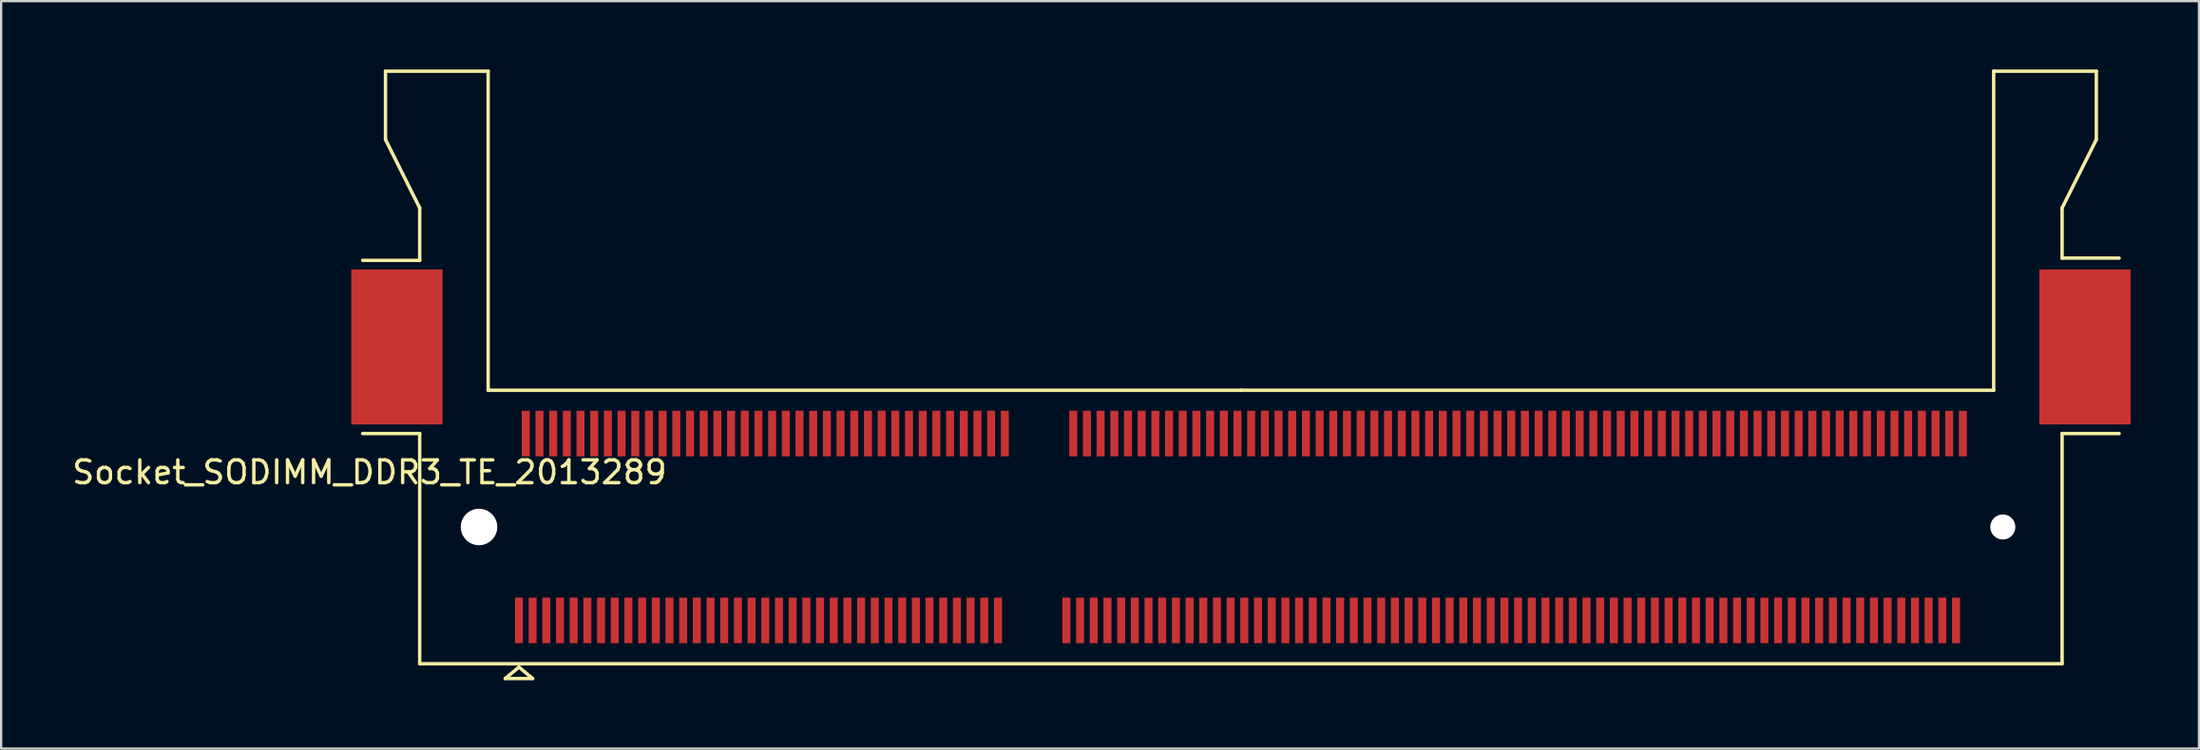
<source format=kicad_pcb>
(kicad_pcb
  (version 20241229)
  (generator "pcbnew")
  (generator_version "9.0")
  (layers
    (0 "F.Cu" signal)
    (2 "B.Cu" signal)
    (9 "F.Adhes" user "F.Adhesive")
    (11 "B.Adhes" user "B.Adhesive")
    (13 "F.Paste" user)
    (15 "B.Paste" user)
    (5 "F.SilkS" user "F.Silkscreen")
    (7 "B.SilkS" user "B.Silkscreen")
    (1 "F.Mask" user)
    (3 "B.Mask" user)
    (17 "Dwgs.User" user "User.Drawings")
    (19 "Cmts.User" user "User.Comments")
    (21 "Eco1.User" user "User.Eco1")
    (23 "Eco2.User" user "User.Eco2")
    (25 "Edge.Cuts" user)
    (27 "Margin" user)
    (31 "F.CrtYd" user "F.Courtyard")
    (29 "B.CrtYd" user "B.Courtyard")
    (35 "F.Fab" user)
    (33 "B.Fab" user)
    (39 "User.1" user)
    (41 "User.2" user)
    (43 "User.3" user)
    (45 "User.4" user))
  (footprint "Socket_SODIMM_DDR3_TE_2013289"
    (layer "F.Cu")
    (at 51.349 20.075)
    (property "Reference" "Socket_SODIMM_DDR3_TE_2013289" (at -38.2 -2.4 0) (layer "F.SilkS") (effects (font (size 1 1) (thickness 0.15))))
    (attr smd)
    (fp_line (start -37.5 -20) (end -37.5 -17) (stroke (width 0.15) (type solid)) (layer "F.SilkS"))
    (fp_line (start -37.5 -17) (end -36 -14) (stroke (width 0.15) (type solid)) (layer "F.SilkS"))
    (fp_line (start -36 -14) (end -36 -11.7) (stroke (width 0.15) (type solid)) (layer "F.SilkS"))
    (fp_line (start -36 -11.7) (end -38.5 -11.7) (stroke (width 0.15) (type solid)) (layer "F.SilkS"))
    (fp_line (start -36 -4.1) (end -38.5 -4.1) (stroke (width 0.15) (type solid)) (layer "F.SilkS"))
    (fp_line (start -36 -4.1) (end -36 6) (stroke (width 0.15) (type solid)) (layer "F.SilkS"))
    (fp_line (start -36 6) (end 36 6) (stroke (width 0.15) (type solid)) (layer "F.SilkS"))
    (fp_line (start -33 -20) (end -37.5 -20) (stroke (width 0.15) (type solid)) (layer "F.SilkS"))
    (fp_line (start -33 -6) (end -33 -20) (stroke (width 0.15) (type solid)) (layer "F.SilkS"))
    (fp_line (start -32.25 6.65) (end -31.65 6.15) (stroke (width 0.15) (type solid)) (layer "F.SilkS"))
    (fp_line (start -31.65 6.15) (end -31.05 6.65) (stroke (width 0.15) (type solid)) (layer "F.SilkS"))
    (fp_line (start -31.05 6.65) (end -32.25 6.65) (stroke (width 0.15) (type solid)) (layer "F.SilkS"))
    (fp_line (start 0 -6) (end -33 -6) (stroke (width 0.15) (type solid)) (layer "F.SilkS"))
    (fp_line (start 33 -20) (end 33 -6) (stroke (width 0.15) (type solid)) (layer "F.SilkS"))
    (fp_line (start 33 -6) (end 0 -6) (stroke (width 0.15) (type solid)) (layer "F.SilkS"))
    (fp_line (start 36 -14) (end 36 -11.8) (stroke (width 0.15) (type solid)) (layer "F.SilkS"))
    (fp_line (start 36 -14) (end 37.5 -17) (stroke (width 0.15) (type solid)) (layer "F.SilkS"))
    (fp_line (start 36 -11.8) (end 38.5 -11.8) (stroke (width 0.15) (type solid)) (layer "F.SilkS"))
    (fp_line (start 36 -4.1) (end 38.5 -4.1) (stroke (width 0.15) (type solid)) (layer "F.SilkS"))
    (fp_line (start 36 6) (end 36 -4.1) (stroke (width 0.15) (type solid)) (layer "F.SilkS"))
    (fp_line (start 37.5 -20) (end 33 -20) (stroke (width 0.15) (type solid)) (layer "F.SilkS"))
    (fp_line (start 37.5 -17) (end 37.5 -20) (stroke (width 0.15) (type solid)) (layer "F.SilkS"))
    (pad "" smd rect (at -37 -7.9) (size 4 6.8) (layers "F.Cu" "F.Mask" "F.Paste"))
    (pad "" np_thru_hole circle (at -33.4 0) (size 1.6 1.6) (drill 1.6) (layers "*.Cu" "*.Mask"))
    (pad "" np_thru_hole circle (at 33.4 0) (size 1.1 1.1) (drill 1.1) (layers "*.Cu" "*.Mask"))
    (pad "" smd rect (at 37 -7.9) (size 4 6.8) (layers "F.Cu" "F.Mask" "F.Paste"))
    (pad "1" smd rect (at -31.65 4.1) (size 0.35 2) (layers "F.Cu" "F.Mask" "F.Paste"))
    (pad "2" smd rect (at -31.35 -4.1) (size 0.35 2) (layers "F.Cu" "F.Mask" "F.Paste"))
    (pad "3" smd rect (at -31.05 4.1) (size 0.35 2) (layers "F.Cu" "F.Mask" "F.Paste"))
    (pad "4" smd rect (at -30.75 -4.1) (size 0.35 2) (layers "F.Cu" "F.Mask" "F.Paste"))
    (pad "5" smd rect (at -30.45 4.1) (size 0.35 2) (layers "F.Cu" "F.Mask" "F.Paste"))
    (pad "6" smd rect (at -30.15 -4.1) (size 0.35 2) (layers "F.Cu" "F.Mask" "F.Paste"))
    (pad "7" smd rect (at -29.85 4.1) (size 0.35 2) (layers "F.Cu" "F.Mask" "F.Paste"))
    (pad "8" smd rect (at -29.55 -4.1) (size 0.35 2) (layers "F.Cu" "F.Mask" "F.Paste"))
    (pad "9" smd rect (at -29.25 4.1) (size 0.35 2) (layers "F.Cu" "F.Mask" "F.Paste"))
    (pad "10" smd rect (at -28.95 -4.1) (size 0.35 2) (layers "F.Cu" "F.Mask" "F.Paste"))
    (pad "11" smd rect (at -28.65 4.1) (size 0.35 2) (layers "F.Cu" "F.Mask" "F.Paste"))
    (pad "12" smd rect (at -28.35 -4.1) (size 0.35 2) (layers "F.Cu" "F.Mask" "F.Paste"))
    (pad "13" smd rect (at -28.05 4.1) (size 0.35 2) (layers "F.Cu" "F.Mask" "F.Paste"))
    (pad "14" smd rect (at -27.75 -4.1) (size 0.35 2) (layers "F.Cu" "F.Mask" "F.Paste"))
    (pad "15" smd rect (at -27.45 4.1) (size 0.35 2) (layers "F.Cu" "F.Mask" "F.Paste"))
    (pad "16" smd rect (at -27.15 -4.1) (size 0.35 2) (layers "F.Cu" "F.Mask" "F.Paste"))
    (pad "17" smd rect (at -26.85 4.1) (size 0.35 2) (layers "F.Cu" "F.Mask" "F.Paste"))
    (pad "18" smd rect (at -26.55 -4.1) (size 0.35 2) (layers "F.Cu" "F.Mask" "F.Paste"))
    (pad "19" smd rect (at -26.25 4.1) (size 0.35 2) (layers "F.Cu" "F.Mask" "F.Paste"))
    (pad "20" smd rect (at -25.95 -4.1) (size 0.35 2) (layers "F.Cu" "F.Mask" "F.Paste"))
    (pad "21" smd rect (at -25.65 4.1) (size 0.35 2) (layers "F.Cu" "F.Mask" "F.Paste"))
    (pad "22" smd rect (at -25.35 -4.1) (size 0.35 2) (layers "F.Cu" "F.Mask" "F.Paste"))
    (pad "23" smd rect (at -25.05 4.1) (size 0.35 2) (layers "F.Cu" "F.Mask" "F.Paste"))
    (pad "24" smd rect (at -24.75 -4.1) (size 0.35 2) (layers "F.Cu" "F.Mask" "F.Paste"))
    (pad "25" smd rect (at -24.45 4.1) (size 0.35 2) (layers "F.Cu" "F.Mask" "F.Paste"))
    (pad "26" smd rect (at -24.15 -4.1) (size 0.35 2) (layers "F.Cu" "F.Mask" "F.Paste"))
    (pad "27" smd rect (at -23.85 4.1) (size 0.35 2) (layers "F.Cu" "F.Mask" "F.Paste"))
    (pad "28" smd rect (at -23.55 -4.1) (size 0.35 2) (layers "F.Cu" "F.Mask" "F.Paste"))
    (pad "29" smd rect (at -23.25 4.1) (size 0.35 2) (layers "F.Cu" "F.Mask" "F.Paste"))
    (pad "30" smd rect (at -22.95 -4.1) (size 0.35 2) (layers "F.Cu" "F.Mask" "F.Paste"))
    (pad "31" smd rect (at -22.65 4.1) (size 0.35 2) (layers "F.Cu" "F.Mask" "F.Paste"))
    (pad "32" smd rect (at -22.35 -4.1) (size 0.35 2) (layers "F.Cu" "F.Mask" "F.Paste"))
    (pad "33" smd rect (at -22.05 4.1) (size 0.35 2) (layers "F.Cu" "F.Mask" "F.Paste"))
    (pad "34" smd rect (at -21.75 -4.1) (size 0.35 2) (layers "F.Cu" "F.Mask" "F.Paste"))
    (pad "35" smd rect (at -21.45 4.1) (size 0.35 2) (layers "F.Cu" "F.Mask" "F.Paste"))
    (pad "36" smd rect (at -21.15 -4.1) (size 0.35 2) (layers "F.Cu" "F.Mask" "F.Paste"))
    (pad "37" smd rect (at -20.85 4.1) (size 0.35 2) (layers "F.Cu" "F.Mask" "F.Paste"))
    (pad "38" smd rect (at -20.55 -4.1) (size 0.35 2) (layers "F.Cu" "F.Mask" "F.Paste"))
    (pad "39" smd rect (at -20.25 4.1) (size 0.35 2) (layers "F.Cu" "F.Mask" "F.Paste"))
    (pad "40" smd rect (at -19.95 -4.1) (size 0.35 2) (layers "F.Cu" "F.Mask" "F.Paste"))
    (pad "41" smd rect (at -19.65 4.1) (size 0.35 2) (layers "F.Cu" "F.Mask" "F.Paste"))
    (pad "42" smd rect (at -19.35 -4.1) (size 0.35 2) (layers "F.Cu" "F.Mask" "F.Paste"))
    (pad "43" smd rect (at -19.05 4.1) (size 0.35 2) (layers "F.Cu" "F.Mask" "F.Paste"))
    (pad "44" smd rect (at -18.75 -4.1) (size 0.35 2) (layers "F.Cu" "F.Mask" "F.Paste"))
    (pad "45" smd rect (at -18.45 4.1) (size 0.35 2) (layers "F.Cu" "F.Mask" "F.Paste"))
    (pad "46" smd rect (at -18.15 -4.1) (size 0.35 2) (layers "F.Cu" "F.Mask" "F.Paste"))
    (pad "47" smd rect (at -17.85 4.1) (size 0.35 2) (layers "F.Cu" "F.Mask" "F.Paste"))
    (pad "48" smd rect (at -17.55 -4.1) (size 0.35 2) (layers "F.Cu" "F.Mask" "F.Paste"))
    (pad "49" smd rect (at -17.25 4.1) (size 0.35 2) (layers "F.Cu" "F.Mask" "F.Paste"))
    (pad "50" smd rect (at -16.95 -4.1) (size 0.35 2) (layers "F.Cu" "F.Mask" "F.Paste"))
    (pad "51" smd rect (at -16.65 4.1) (size 0.35 2) (layers "F.Cu" "F.Mask" "F.Paste"))
    (pad "52" smd rect (at -16.35 -4.1) (size 0.35 2) (layers "F.Cu" "F.Mask" "F.Paste"))
    (pad "53" smd rect (at -16.05 4.1) (size 0.35 2) (layers "F.Cu" "F.Mask" "F.Paste"))
    (pad "54" smd rect (at -15.75 -4.1) (size 0.35 2) (layers "F.Cu" "F.Mask" "F.Paste"))
    (pad "55" smd rect (at -15.45 4.1) (size 0.35 2) (layers "F.Cu" "F.Mask" "F.Paste"))
    (pad "56" smd rect (at -15.15 -4.1) (size 0.35 2) (layers "F.Cu" "F.Mask" "F.Paste"))
    (pad "57" smd rect (at -14.85 4.1) (size 0.35 2) (layers "F.Cu" "F.Mask" "F.Paste"))
    (pad "58" smd rect (at -14.55 -4.1) (size 0.35 2) (layers "F.Cu" "F.Mask" "F.Paste"))
    (pad "59" smd rect (at -14.25 4.1) (size 0.35 2) (layers "F.Cu" "F.Mask" "F.Paste"))
    (pad "60" smd rect (at -13.95 -4.1) (size 0.35 2) (layers "F.Cu" "F.Mask" "F.Paste"))
    (pad "61" smd rect (at -13.65 4.1) (size 0.35 2) (layers "F.Cu" "F.Mask" "F.Paste"))
    (pad "62" smd rect (at -13.35 -4.1) (size 0.35 2) (layers "F.Cu" "F.Mask" "F.Paste"))
    (pad "63" smd rect (at -13.05 4.1) (size 0.35 2) (layers "F.Cu" "F.Mask" "F.Paste"))
    (pad "64" smd rect (at -12.75 -4.1) (size 0.35 2) (layers "F.Cu" "F.Mask" "F.Paste"))
    (pad "65" smd rect (at -12.45 4.1) (size 0.35 2) (layers "F.Cu" "F.Mask" "F.Paste"))
    (pad "66" smd rect (at -12.15 -4.1) (size 0.35 2) (layers "F.Cu" "F.Mask" "F.Paste"))
    (pad "67" smd rect (at -11.85 4.1) (size 0.35 2) (layers "F.Cu" "F.Mask" "F.Paste"))
    (pad "68" smd rect (at -11.55 -4.1) (size 0.35 2) (layers "F.Cu" "F.Mask" "F.Paste"))
    (pad "69" smd rect (at -11.25 4.1) (size 0.35 2) (layers "F.Cu" "F.Mask" "F.Paste"))
    (pad "70" smd rect (at -10.95 -4.1) (size 0.35 2) (layers "F.Cu" "F.Mask" "F.Paste"))
    (pad "71" smd rect (at -10.65 4.1) (size 0.35 2) (layers "F.Cu" "F.Mask" "F.Paste"))
    (pad "72" smd rect (at -10.35 -4.1) (size 0.35 2) (layers "F.Cu" "F.Mask" "F.Paste"))
    (pad "73" smd rect (at -7.65 4.1) (size 0.35 2) (layers "F.Cu" "F.Mask" "F.Paste"))
    (pad "74" smd rect (at -7.35 -4.1) (size 0.35 2) (layers "F.Cu" "F.Mask" "F.Paste"))
    (pad "75" smd rect (at -7.05 4.1) (size 0.35 2) (layers "F.Cu" "F.Mask" "F.Paste"))
    (pad "76" smd rect (at -6.75 -4.1) (size 0.35 2) (layers "F.Cu" "F.Mask" "F.Paste"))
    (pad "77" smd rect (at -6.45 4.1) (size 0.35 2) (layers "F.Cu" "F.Mask" "F.Paste"))
    (pad "78" smd rect (at -6.15 -4.1) (size 0.35 2) (layers "F.Cu" "F.Mask" "F.Paste"))
    (pad "79" smd rect (at -5.85 4.1) (size 0.35 2) (layers "F.Cu" "F.Mask" "F.Paste"))
    (pad "80" smd rect (at -5.55 -4.1) (size 0.35 2) (layers "F.Cu" "F.Mask" "F.Paste"))
    (pad "81" smd rect (at -5.25 4.1) (size 0.35 2) (layers "F.Cu" "F.Mask" "F.Paste"))
    (pad "82" smd rect (at -4.95 -4.1) (size 0.35 2) (layers "F.Cu" "F.Mask" "F.Paste"))
    (pad "83" smd rect (at -4.65 4.1) (size 0.35 2) (layers "F.Cu" "F.Mask" "F.Paste"))
    (pad "84" smd rect (at -4.35 -4.1) (size 0.35 2) (layers "F.Cu" "F.Mask" "F.Paste"))
    (pad "85" smd rect (at -4.05 4.1) (size 0.35 2) (layers "F.Cu" "F.Mask" "F.Paste"))
    (pad "86" smd rect (at -3.75 -4.1) (size 0.35 2) (layers "F.Cu" "F.Mask" "F.Paste"))
    (pad "87" smd rect (at -3.45 4.1) (size 0.35 2) (layers "F.Cu" "F.Mask" "F.Paste"))
    (pad "88" smd rect (at -3.15 -4.1) (size 0.35 2) (layers "F.Cu" "F.Mask" "F.Paste"))
    (pad "89" smd rect (at -2.85 4.1) (size 0.35 2) (layers "F.Cu" "F.Mask" "F.Paste"))
    (pad "90" smd rect (at -2.55 -4.1) (size 0.35 2) (layers "F.Cu" "F.Mask" "F.Paste"))
    (pad "91" smd rect (at -2.25 4.1) (size 0.35 2) (layers "F.Cu" "F.Mask" "F.Paste"))
    (pad "92" smd rect (at -1.95 -4.1) (size 0.35 2) (layers "F.Cu" "F.Mask" "F.Paste"))
    (pad "93" smd rect (at -1.65 4.1) (size 0.35 2) (layers "F.Cu" "F.Mask" "F.Paste"))
    (pad "94" smd rect (at -1.35 -4.1) (size 0.35 2) (layers "F.Cu" "F.Mask" "F.Paste"))
    (pad "95" smd rect (at -1.05 4.1) (size 0.35 2) (layers "F.Cu" "F.Mask" "F.Paste"))
    (pad "96" smd rect (at -0.75 -4.1) (size 0.35 2) (layers "F.Cu" "F.Mask" "F.Paste"))
    (pad "97" smd rect (at -0.45 4.1) (size 0.35 2) (layers "F.Cu" "F.Mask" "F.Paste"))
    (pad "98" smd rect (at -0.15 -4.1) (size 0.35 2) (layers "F.Cu" "F.Mask" "F.Paste"))
    (pad "99" smd rect (at 0.15 4.1) (size 0.35 2) (layers "F.Cu" "F.Mask" "F.Paste"))
    (pad "100" smd rect (at 0.45 -4.1) (size 0.35 2) (layers "F.Cu" "F.Mask" "F.Paste"))
    (pad "101" smd rect (at 0.75 4.1) (size 0.35 2) (layers "F.Cu" "F.Mask" "F.Paste"))
    (pad "102" smd rect (at 1.05 -4.1) (size 0.35 2) (layers "F.Cu" "F.Mask" "F.Paste"))
    (pad "103" smd rect (at 1.35 4.1) (size 0.35 2) (layers "F.Cu" "F.Mask" "F.Paste"))
    (pad "104" smd rect (at 1.65 -4.1) (size 0.35 2) (layers "F.Cu" "F.Mask" "F.Paste"))
    (pad "105" smd rect (at 1.95 4.1) (size 0.35 2) (layers "F.Cu" "F.Mask" "F.Paste"))
    (pad "106" smd rect (at 2.25 -4.1) (size 0.35 2) (layers "F.Cu" "F.Mask" "F.Paste"))
    (pad "107" smd rect (at 2.55 4.1) (size 0.35 2) (layers "F.Cu" "F.Mask" "F.Paste"))
    (pad "108" smd rect (at 2.85 -4.1) (size 0.35 2) (layers "F.Cu" "F.Mask" "F.Paste"))
    (pad "109" smd rect (at 3.15 4.1) (size 0.35 2) (layers "F.Cu" "F.Mask" "F.Paste"))
    (pad "110" smd rect (at 3.45 -4.1) (size 0.35 2) (layers "F.Cu" "F.Mask" "F.Paste"))
    (pad "111" smd rect (at 3.75 4.1) (size 0.35 2) (layers "F.Cu" "F.Mask" "F.Paste"))
    (pad "112" smd rect (at 4.05 -4.1) (size 0.35 2) (layers "F.Cu" "F.Mask" "F.Paste"))
    (pad "113" smd rect (at 4.35 4.1) (size 0.35 2) (layers "F.Cu" "F.Mask" "F.Paste"))
    (pad "114" smd rect (at 4.65 -4.1) (size 0.35 2) (layers "F.Cu" "F.Mask" "F.Paste"))
    (pad "115" smd rect (at 4.95 4.1) (size 0.35 2) (layers "F.Cu" "F.Mask" "F.Paste"))
    (pad "116" smd rect (at 5.25 -4.1) (size 0.35 2) (layers "F.Cu" "F.Mask" "F.Paste"))
    (pad "117" smd rect (at 5.55 4.1) (size 0.35 2) (layers "F.Cu" "F.Mask" "F.Paste"))
    (pad "118" smd rect (at 5.85 -4.1) (size 0.35 2) (layers "F.Cu" "F.Mask" "F.Paste"))
    (pad "119" smd rect (at 6.15 4.1) (size 0.35 2) (layers "F.Cu" "F.Mask" "F.Paste"))
    (pad "120" smd rect (at 6.45 -4.1) (size 0.35 2) (layers "F.Cu" "F.Mask" "F.Paste"))
    (pad "121" smd rect (at 6.75 4.1) (size 0.35 2) (layers "F.Cu" "F.Mask" "F.Paste"))
    (pad "122" smd rect (at 7.05 -4.1) (size 0.35 2) (layers "F.Cu" "F.Mask" "F.Paste"))
    (pad "123" smd rect (at 7.35 4.1) (size 0.35 2) (layers "F.Cu" "F.Mask" "F.Paste"))
    (pad "124" smd rect (at 7.65 -4.1) (size 0.35 2) (layers "F.Cu" "F.Mask" "F.Paste"))
    (pad "125" smd rect (at 7.95 4.1) (size 0.35 2) (layers "F.Cu" "F.Mask" "F.Paste"))
    (pad "126" smd rect (at 8.25 -4.1) (size 0.35 2) (layers "F.Cu" "F.Mask" "F.Paste"))
    (pad "127" smd rect (at 8.55 4.1) (size 0.35 2) (layers "F.Cu" "F.Mask" "F.Paste"))
    (pad "128" smd rect (at 8.85 -4.1) (size 0.35 2) (layers "F.Cu" "F.Mask" "F.Paste"))
    (pad "129" smd rect (at 9.15 4.1) (size 0.35 2) (layers "F.Cu" "F.Mask" "F.Paste"))
    (pad "130" smd rect (at 9.45 -4.1) (size 0.35 2) (layers "F.Cu" "F.Mask" "F.Paste"))
    (pad "131" smd rect (at 9.75 4.1) (size 0.35 2) (layers "F.Cu" "F.Mask" "F.Paste"))
    (pad "132" smd rect (at 10.05 -4.1) (size 0.35 2) (layers "F.Cu" "F.Mask" "F.Paste"))
    (pad "133" smd rect (at 10.35 4.1) (size 0.35 2) (layers "F.Cu" "F.Mask" "F.Paste"))
    (pad "134" smd rect (at 10.65 -4.1) (size 0.35 2) (layers "F.Cu" "F.Mask" "F.Paste"))
    (pad "135" smd rect (at 10.95 4.1) (size 0.35 2) (layers "F.Cu" "F.Mask" "F.Paste"))
    (pad "136" smd rect (at 11.25 -4.1) (size 0.35 2) (layers "F.Cu" "F.Mask" "F.Paste"))
    (pad "137" smd rect (at 11.55 4.1) (size 0.35 2) (layers "F.Cu" "F.Mask" "F.Paste"))
    (pad "138" smd rect (at 11.85 -4.1) (size 0.35 2) (layers "F.Cu" "F.Mask" "F.Paste"))
    (pad "139" smd rect (at 12.15 4.1) (size 0.35 2) (layers "F.Cu" "F.Mask" "F.Paste"))
    (pad "140" smd rect (at 12.45 -4.1) (size 0.35 2) (layers "F.Cu" "F.Mask" "F.Paste"))
    (pad "141" smd rect (at 12.75 4.1) (size 0.35 2) (layers "F.Cu" "F.Mask" "F.Paste"))
    (pad "142" smd rect (at 13.05 -4.1) (size 0.35 2) (layers "F.Cu" "F.Mask" "F.Paste"))
    (pad "143" smd rect (at 13.35 4.1) (size 0.35 2) (layers "F.Cu" "F.Mask" "F.Paste"))
    (pad "144" smd rect (at 13.65 -4.1) (size 0.35 2) (layers "F.Cu" "F.Mask" "F.Paste"))
    (pad "145" smd rect (at 13.95 4.1) (size 0.35 2) (layers "F.Cu" "F.Mask" "F.Paste"))
    (pad "146" smd rect (at 14.25 -4.1) (size 0.35 2) (layers "F.Cu" "F.Mask" "F.Paste"))
    (pad "147" smd rect (at 14.55 4.1) (size 0.35 2) (layers "F.Cu" "F.Mask" "F.Paste"))
    (pad "148" smd rect (at 14.85 -4.1) (size 0.35 2) (layers "F.Cu" "F.Mask" "F.Paste"))
    (pad "149" smd rect (at 15.15 4.1) (size 0.35 2) (layers "F.Cu" "F.Mask" "F.Paste"))
    (pad "150" smd rect (at 15.45 -4.1) (size 0.35 2) (layers "F.Cu" "F.Mask" "F.Paste"))
    (pad "151" smd rect (at 15.75 4.1) (size 0.35 2) (layers "F.Cu" "F.Mask" "F.Paste"))
    (pad "152" smd rect (at 16.05 -4.1) (size 0.35 2) (layers "F.Cu" "F.Mask" "F.Paste"))
    (pad "153" smd rect (at 16.35 4.1) (size 0.35 2) (layers "F.Cu" "F.Mask" "F.Paste"))
    (pad "154" smd rect (at 16.65 -4.1) (size 0.35 2) (layers "F.Cu" "F.Mask" "F.Paste"))
    (pad "155" smd rect (at 16.95 4.1) (size 0.35 2) (layers "F.Cu" "F.Mask" "F.Paste"))
    (pad "156" smd rect (at 17.25 -4.1) (size 0.35 2) (layers "F.Cu" "F.Mask" "F.Paste"))
    (pad "157" smd rect (at 17.55 4.1) (size 0.35 2) (layers "F.Cu" "F.Mask" "F.Paste"))
    (pad "158" smd rect (at 17.85 -4.1) (size 0.35 2) (layers "F.Cu" "F.Mask" "F.Paste"))
    (pad "159" smd rect (at 18.15 4.1) (size 0.35 2) (layers "F.Cu" "F.Mask" "F.Paste"))
    (pad "160" smd rect (at 18.45 -4.1) (size 0.35 2) (layers "F.Cu" "F.Mask" "F.Paste"))
    (pad "161" smd rect (at 18.75 4.1) (size 0.35 2) (layers "F.Cu" "F.Mask" "F.Paste"))
    (pad "162" smd rect (at 19.05 -4.1) (size 0.35 2) (layers "F.Cu" "F.Mask" "F.Paste"))
    (pad "163" smd rect (at 19.35 4.1) (size 0.35 2) (layers "F.Cu" "F.Mask" "F.Paste"))
    (pad "164" smd rect (at 19.65 -4.1) (size 0.35 2) (layers "F.Cu" "F.Mask" "F.Paste"))
    (pad "165" smd rect (at 19.95 4.1) (size 0.35 2) (layers "F.Cu" "F.Mask" "F.Paste"))
    (pad "166" smd rect (at 20.25 -4.1) (size 0.35 2) (layers "F.Cu" "F.Mask" "F.Paste"))
    (pad "167" smd rect (at 20.55 4.1) (size 0.35 2) (layers "F.Cu" "F.Mask" "F.Paste"))
    (pad "168" smd rect (at 20.85 -4.1) (size 0.35 2) (layers "F.Cu" "F.Mask" "F.Paste"))
    (pad "169" smd rect (at 21.15 4.1) (size 0.35 2) (layers "F.Cu" "F.Mask" "F.Paste"))
    (pad "170" smd rect (at 21.45 -4.1) (size 0.35 2) (layers "F.Cu" "F.Mask" "F.Paste"))
    (pad "171" smd rect (at 21.75 4.1) (size 0.35 2) (layers "F.Cu" "F.Mask" "F.Paste"))
    (pad "172" smd rect (at 22.05 -4.1) (size 0.35 2) (layers "F.Cu" "F.Mask" "F.Paste"))
    (pad "173" smd rect (at 22.35 4.1) (size 0.35 2) (layers "F.Cu" "F.Mask" "F.Paste"))
    (pad "174" smd rect (at 22.65 -4.1) (size 0.35 2) (layers "F.Cu" "F.Mask" "F.Paste"))
    (pad "175" smd rect (at 22.95 4.1) (size 0.35 2) (layers "F.Cu" "F.Mask" "F.Paste"))
    (pad "176" smd rect (at 23.25 -4.1) (size 0.35 2) (layers "F.Cu" "F.Mask" "F.Paste"))
    (pad "177" smd rect (at 23.55 4.1) (size 0.35 2) (layers "F.Cu" "F.Mask" "F.Paste"))
    (pad "178" smd rect (at 23.85 -4.1) (size 0.35 2) (layers "F.Cu" "F.Mask" "F.Paste"))
    (pad "179" smd rect (at 24.15 4.1) (size 0.35 2) (layers "F.Cu" "F.Mask" "F.Paste"))
    (pad "180" smd rect (at 24.45 -4.1) (size 0.35 2) (layers "F.Cu" "F.Mask" "F.Paste"))
    (pad "181" smd rect (at 24.75 4.1) (size 0.35 2) (layers "F.Cu" "F.Mask" "F.Paste"))
    (pad "182" smd rect (at 25.05 -4.1) (size 0.35 2) (layers "F.Cu" "F.Mask" "F.Paste"))
    (pad "183" smd rect (at 25.35 4.1) (size 0.35 2) (layers "F.Cu" "F.Mask" "F.Paste"))
    (pad "184" smd rect (at 25.65 -4.1) (size 0.35 2) (layers "F.Cu" "F.Mask" "F.Paste"))
    (pad "185" smd rect (at 25.95 4.1) (size 0.35 2) (layers "F.Cu" "F.Mask" "F.Paste"))
    (pad "186" smd rect (at 26.25 -4.1) (size 0.35 2) (layers "F.Cu" "F.Mask" "F.Paste"))
    (pad "187" smd rect (at 26.55 4.1) (size 0.35 2) (layers "F.Cu" "F.Mask" "F.Paste"))
    (pad "188" smd rect (at 26.85 -4.1) (size 0.35 2) (layers "F.Cu" "F.Mask" "F.Paste"))
    (pad "189" smd rect (at 27.15 4.1) (size 0.35 2) (layers "F.Cu" "F.Mask" "F.Paste"))
    (pad "190" smd rect (at 27.45 -4.1) (size 0.35 2) (layers "F.Cu" "F.Mask" "F.Paste"))
    (pad "191" smd rect (at 27.75 4.1) (size 0.35 2) (layers "F.Cu" "F.Mask" "F.Paste"))
    (pad "192" smd rect (at 28.05 -4.1) (size 0.35 2) (layers "F.Cu" "F.Mask" "F.Paste"))
    (pad "193" smd rect (at 28.35 4.1) (size 0.35 2) (layers "F.Cu" "F.Mask" "F.Paste"))
    (pad "194" smd rect (at 28.65 -4.1) (size 0.35 2) (layers "F.Cu" "F.Mask" "F.Paste"))
    (pad "195" smd rect (at 28.95 4.1) (size 0.35 2) (layers "F.Cu" "F.Mask" "F.Paste"))
    (pad "196" smd rect (at 29.25 -4.1) (size 0.35 2) (layers "F.Cu" "F.Mask" "F.Paste"))
    (pad "197" smd rect (at 29.55 4.1) (size 0.35 2) (layers "F.Cu" "F.Mask" "F.Paste"))
    (pad "198" smd rect (at 29.85 -4.1) (size 0.35 2) (layers "F.Cu" "F.Mask" "F.Paste"))
    (pad "199" smd rect (at 30.15 4.1) (size 0.35 2) (layers "F.Cu" "F.Mask" "F.Paste"))
    (pad "200" smd rect (at 30.45 -4.1) (size 0.35 2) (layers "F.Cu" "F.Mask" "F.Paste"))
    (pad "201" smd rect (at 30.75 4.1) (size 0.35 2) (layers "F.Cu" "F.Mask" "F.Paste"))
    (pad "202" smd rect (at 31.05 -4.1) (size 0.35 2) (layers "F.Cu" "F.Mask" "F.Paste"))
    (pad "203" smd rect (at 31.35 4.1) (size 0.35 2) (layers "F.Cu" "F.Mask" "F.Paste"))
    (pad "204" smd rect (at 31.65 -4.1) (size 0.35 2) (layers "F.Cu" "F.Mask" "F.Paste")))
  (gr_rect
    (start -3 -3)
    (end 93.349 29.8)
    (stroke (width 0.1) (type default))
    (fill no)
    (layer "Edge.Cuts")))
</source>
